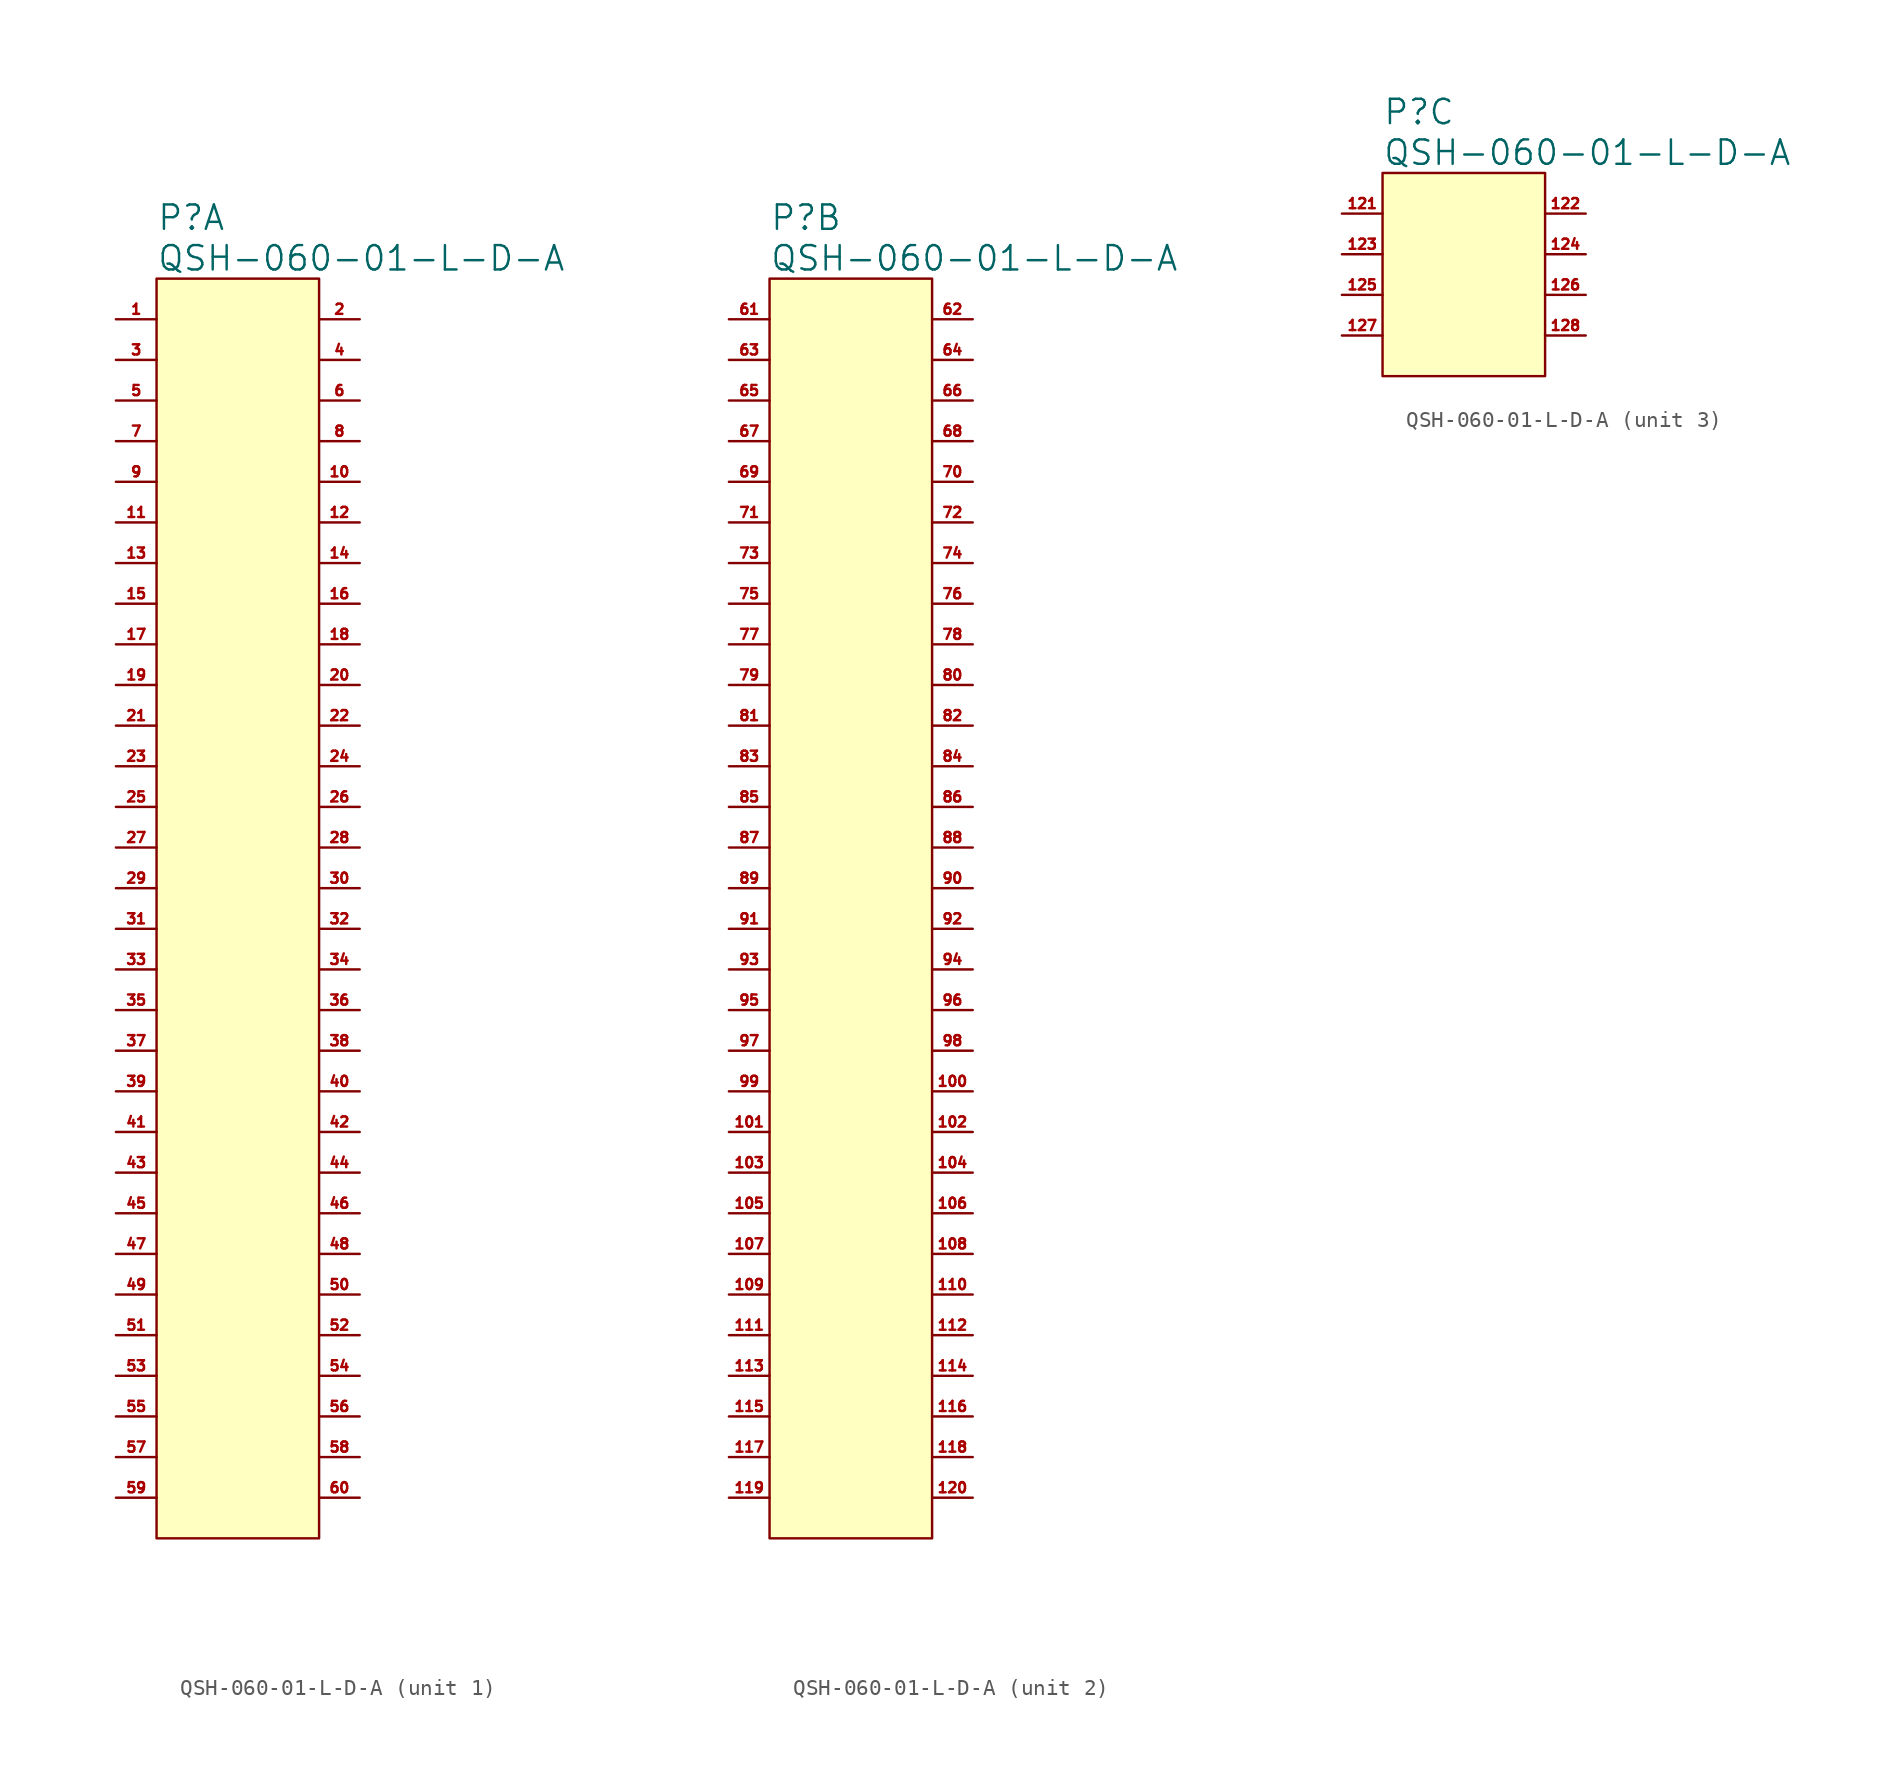
<source format=kicad_sym>
(kicad_symbol_lib
  (version 20211014)
  (generator kicad_symbol_editor)
  (symbol "QSH-060-01-L-D-A"
    (pin_names
      (offset 1.016) hide)
    (property "Reference" "P"
      (at 0 3.81 0)
      (effects (font (size 1.524 1.524)) (justify left)))
    (property "Value" "QSH-060-01-L-D-A"
      (at 0 1.27 0)
      (effects (font (size 1.524 1.524)) (justify left)))
    (property "ki_locked" ""
      (at 0 0 0)
      (effects (font (size 1.27 1.27))))
    (symbol "QSH-060-01-L-D-A_1_1"
      (rectangle (start 0 0) (end 10.16 -78.74) (stroke (width 0) (type default) (color 0 0 0 0)) (fill (type background)))
      (pin passive line (at -2.54 -2.54 0) (length 2.54) (name "1" (effects (font (size 1.27 1.27)))) (number "1" (effects (font (size 0.635 0.635)))))
      (pin passive line (at 12.7 -12.7 180) (length 2.54) (name "10" (effects (font (size 1.27 1.27)))) (number "10" (effects (font (size 0.635 0.635)))))
      (pin passive line (at -2.54 -15.24 0) (length 2.54) (name "11" (effects (font (size 1.27 1.27)))) (number "11" (effects (font (size 0.635 0.635)))))
      (pin passive line (at 12.7 -15.24 180) (length 2.54) (name "12" (effects (font (size 1.27 1.27)))) (number "12" (effects (font (size 0.635 0.635)))))
      (pin passive line (at -2.54 -17.78 0) (length 2.54) (name "13" (effects (font (size 1.27 1.27)))) (number "13" (effects (font (size 0.635 0.635)))))
      (pin passive line (at 12.7 -17.78 180) (length 2.54) (name "14" (effects (font (size 1.27 1.27)))) (number "14" (effects (font (size 0.635 0.635)))))
      (pin passive line (at -2.54 -20.32 0) (length 2.54) (name "15" (effects (font (size 1.27 1.27)))) (number "15" (effects (font (size 0.635 0.635)))))
      (pin passive line (at 12.7 -20.32 180) (length 2.54) (name "16" (effects (font (size 1.27 1.27)))) (number "16" (effects (font (size 0.635 0.635)))))
      (pin passive line (at -2.54 -22.86 0) (length 2.54) (name "17" (effects (font (size 1.27 1.27)))) (number "17" (effects (font (size 0.635 0.635)))))
      (pin passive line (at 12.7 -22.86 180) (length 2.54) (name "18" (effects (font (size 1.27 1.27)))) (number "18" (effects (font (size 0.635 0.635)))))
      (pin passive line (at -2.54 -25.4 0) (length 2.54) (name "19" (effects (font (size 1.27 1.27)))) (number "19" (effects (font (size 0.635 0.635)))))
      (pin passive line (at 12.7 -2.54 180) (length 2.54) (name "2" (effects (font (size 1.27 1.27)))) (number "2" (effects (font (size 0.635 0.635)))))
      (pin passive line (at 12.7 -25.4 180) (length 2.54) (name "20" (effects (font (size 1.27 1.27)))) (number "20" (effects (font (size 0.635 0.635)))))
      (pin passive line (at -2.54 -27.94 0) (length 2.54) (name "21" (effects (font (size 1.27 1.27)))) (number "21" (effects (font (size 0.635 0.635)))))
      (pin passive line (at 12.7 -27.94 180) (length 2.54) (name "22" (effects (font (size 1.27 1.27)))) (number "22" (effects (font (size 0.635 0.635)))))
      (pin passive line (at -2.54 -30.48 0) (length 2.54) (name "23" (effects (font (size 1.27 1.27)))) (number "23" (effects (font (size 0.635 0.635)))))
      (pin passive line (at 12.7 -30.48 180) (length 2.54) (name "24" (effects (font (size 1.27 1.27)))) (number "24" (effects (font (size 0.635 0.635)))))
      (pin passive line (at -2.54 -33.02 0) (length 2.54) (name "25" (effects (font (size 1.27 1.27)))) (number "25" (effects (font (size 0.635 0.635)))))
      (pin passive line (at 12.7 -33.02 180) (length 2.54) (name "26" (effects (font (size 1.27 1.27)))) (number "26" (effects (font (size 0.635 0.635)))))
      (pin passive line (at -2.54 -35.56 0) (length 2.54) (name "27" (effects (font (size 1.27 1.27)))) (number "27" (effects (font (size 0.635 0.635)))))
      (pin passive line (at 12.7 -35.56 180) (length 2.54) (name "28" (effects (font (size 1.27 1.27)))) (number "28" (effects (font (size 0.635 0.635)))))
      (pin passive line (at -2.54 -38.1 0) (length 2.54) (name "29" (effects (font (size 1.27 1.27)))) (number "29" (effects (font (size 0.635 0.635)))))
      (pin passive line (at -2.54 -5.08 0) (length 2.54) (name "3" (effects (font (size 1.27 1.27)))) (number "3" (effects (font (size 0.635 0.635)))))
      (pin passive line (at 12.7 -38.1 180) (length 2.54) (name "30" (effects (font (size 1.27 1.27)))) (number "30" (effects (font (size 0.635 0.635)))))
      (pin passive line (at -2.54 -40.64 0) (length 2.54) (name "31" (effects (font (size 1.27 1.27)))) (number "31" (effects (font (size 0.635 0.635)))))
      (pin passive line (at 12.7 -40.64 180) (length 2.54) (name "32" (effects (font (size 1.27 1.27)))) (number "32" (effects (font (size 0.635 0.635)))))
      (pin passive line (at -2.54 -43.18 0) (length 2.54) (name "33" (effects (font (size 1.27 1.27)))) (number "33" (effects (font (size 0.635 0.635)))))
      (pin passive line (at 12.7 -43.18 180) (length 2.54) (name "34" (effects (font (size 1.27 1.27)))) (number "34" (effects (font (size 0.635 0.635)))))
      (pin passive line (at -2.54 -45.72 0) (length 2.54) (name "35" (effects (font (size 1.27 1.27)))) (number "35" (effects (font (size 0.635 0.635)))))
      (pin passive line (at 12.7 -45.72 180) (length 2.54) (name "36" (effects (font (size 1.27 1.27)))) (number "36" (effects (font (size 0.635 0.635)))))
      (pin passive line (at -2.54 -48.26 0) (length 2.54) (name "37" (effects (font (size 1.27 1.27)))) (number "37" (effects (font (size 0.635 0.635)))))
      (pin passive line (at 12.7 -48.26 180) (length 2.54) (name "38" (effects (font (size 1.27 1.27)))) (number "38" (effects (font (size 0.635 0.635)))))
      (pin passive line (at -2.54 -50.8 0) (length 2.54) (name "39" (effects (font (size 1.27 1.27)))) (number "39" (effects (font (size 0.635 0.635)))))
      (pin passive line (at 12.7 -5.08 180) (length 2.54) (name "4" (effects (font (size 1.27 1.27)))) (number "4" (effects (font (size 0.635 0.635)))))
      (pin passive line (at 12.7 -50.8 180) (length 2.54) (name "40" (effects (font (size 1.27 1.27)))) (number "40" (effects (font (size 0.635 0.635)))))
      (pin passive line (at -2.54 -53.34 0) (length 2.54) (name "41" (effects (font (size 1.27 1.27)))) (number "41" (effects (font (size 0.635 0.635)))))
      (pin passive line (at 12.7 -53.34 180) (length 2.54) (name "42" (effects (font (size 1.27 1.27)))) (number "42" (effects (font (size 0.635 0.635)))))
      (pin passive line (at -2.54 -55.88 0) (length 2.54) (name "43" (effects (font (size 1.27 1.27)))) (number "43" (effects (font (size 0.635 0.635)))))
      (pin passive line (at 12.7 -55.88 180) (length 2.54) (name "44" (effects (font (size 1.27 1.27)))) (number "44" (effects (font (size 0.635 0.635)))))
      (pin passive line (at -2.54 -58.42 0) (length 2.54) (name "45" (effects (font (size 1.27 1.27)))) (number "45" (effects (font (size 0.635 0.635)))))
      (pin passive line (at 12.7 -58.42 180) (length 2.54) (name "46" (effects (font (size 1.27 1.27)))) (number "46" (effects (font (size 0.635 0.635)))))
      (pin passive line (at -2.54 -60.96 0) (length 2.54) (name "47" (effects (font (size 1.27 1.27)))) (number "47" (effects (font (size 0.635 0.635)))))
      (pin passive line (at 12.7 -60.96 180) (length 2.54) (name "48" (effects (font (size 1.27 1.27)))) (number "48" (effects (font (size 0.635 0.635)))))
      (pin passive line (at -2.54 -63.5 0) (length 2.54) (name "49" (effects (font (size 1.27 1.27)))) (number "49" (effects (font (size 0.635 0.635)))))
      (pin passive line (at -2.54 -7.62 0) (length 2.54) (name "5" (effects (font (size 1.27 1.27)))) (number "5" (effects (font (size 0.635 0.635)))))
      (pin passive line (at 12.7 -63.5 180) (length 2.54) (name "50" (effects (font (size 1.27 1.27)))) (number "50" (effects (font (size 0.635 0.635)))))
      (pin passive line (at -2.54 -66.04 0) (length 2.54) (name "51" (effects (font (size 1.27 1.27)))) (number "51" (effects (font (size 0.635 0.635)))))
      (pin passive line (at 12.7 -66.04 180) (length 2.54) (name "52" (effects (font (size 1.27 1.27)))) (number "52" (effects (font (size 0.635 0.635)))))
      (pin passive line (at -2.54 -68.58 0) (length 2.54) (name "53" (effects (font (size 1.27 1.27)))) (number "53" (effects (font (size 0.635 0.635)))))
      (pin passive line (at 12.7 -68.58 180) (length 2.54) (name "54" (effects (font (size 1.27 1.27)))) (number "54" (effects (font (size 0.635 0.635)))))
      (pin passive line (at -2.54 -71.12 0) (length 2.54) (name "55" (effects (font (size 1.27 1.27)))) (number "55" (effects (font (size 0.635 0.635)))))
      (pin passive line (at 12.7 -71.12 180) (length 2.54) (name "56" (effects (font (size 1.27 1.27)))) (number "56" (effects (font (size 0.635 0.635)))))
      (pin passive line (at -2.54 -73.66 0) (length 2.54) (name "57" (effects (font (size 1.27 1.27)))) (number "57" (effects (font (size 0.635 0.635)))))
      (pin passive line (at 12.7 -73.66 180) (length 2.54) (name "58" (effects (font (size 1.27 1.27)))) (number "58" (effects (font (size 0.635 0.635)))))
      (pin passive line (at -2.54 -76.2 0) (length 2.54) (name "59" (effects (font (size 1.27 1.27)))) (number "59" (effects (font (size 0.635 0.635)))))
      (pin passive line (at 12.7 -7.62 180) (length 2.54) (name "6" (effects (font (size 1.27 1.27)))) (number "6" (effects (font (size 0.635 0.635)))))
      (pin passive line (at 12.7 -76.2 180) (length 2.54) (name "60" (effects (font (size 1.27 1.27)))) (number "60" (effects (font (size 0.635 0.635)))))
      (pin passive line (at -2.54 -10.16 0) (length 2.54) (name "7" (effects (font (size 1.27 1.27)))) (number "7" (effects (font (size 0.635 0.635)))))
      (pin passive line (at 12.7 -10.16 180) (length 2.54) (name "8" (effects (font (size 1.27 1.27)))) (number "8" (effects (font (size 0.635 0.635)))))
      (pin passive line (at -2.54 -12.7 0) (length 2.54) (name "9" (effects (font (size 1.27 1.27)))) (number "9" (effects (font (size 0.635 0.635))))))
    (symbol "QSH-060-01-L-D-A_2_1"
      (rectangle (start 0 -78.74) (end 10.16 0) (stroke (width 0) (type default) (color 0 0 0 0)) (fill (type background)))
      (pin passive line (at 12.7 -50.8 180) (length 2.54) (name "100" (effects (font (size 1.27 1.27)))) (number "100" (effects (font (size 0.635 0.635)))))
      (pin passive line (at -2.54 -53.34 0) (length 2.54) (name "101" (effects (font (size 1.27 1.27)))) (number "101" (effects (font (size 0.635 0.635)))))
      (pin passive line (at 12.7 -53.34 180) (length 2.54) (name "102" (effects (font (size 1.27 1.27)))) (number "102" (effects (font (size 0.635 0.635)))))
      (pin passive line (at -2.54 -55.88 0) (length 2.54) (name "103" (effects (font (size 1.27 1.27)))) (number "103" (effects (font (size 0.635 0.635)))))
      (pin passive line (at 12.7 -55.88 180) (length 2.54) (name "104" (effects (font (size 1.27 1.27)))) (number "104" (effects (font (size 0.635 0.635)))))
      (pin passive line (at -2.54 -58.42 0) (length 2.54) (name "105" (effects (font (size 1.27 1.27)))) (number "105" (effects (font (size 0.635 0.635)))))
      (pin passive line (at 12.7 -58.42 180) (length 2.54) (name "106" (effects (font (size 1.27 1.27)))) (number "106" (effects (font (size 0.635 0.635)))))
      (pin passive line (at -2.54 -60.96 0) (length 2.54) (name "107" (effects (font (size 1.27 1.27)))) (number "107" (effects (font (size 0.635 0.635)))))
      (pin passive line (at 12.7 -60.96 180) (length 2.54) (name "108" (effects (font (size 1.27 1.27)))) (number "108" (effects (font (size 0.635 0.635)))))
      (pin passive line (at -2.54 -63.5 0) (length 2.54) (name "109" (effects (font (size 1.27 1.27)))) (number "109" (effects (font (size 0.635 0.635)))))
      (pin passive line (at 12.7 -63.5 180) (length 2.54) (name "110" (effects (font (size 1.27 1.27)))) (number "110" (effects (font (size 0.635 0.635)))))
      (pin passive line (at -2.54 -66.04 0) (length 2.54) (name "111" (effects (font (size 1.27 1.27)))) (number "111" (effects (font (size 0.635 0.635)))))
      (pin passive line (at 12.7 -66.04 180) (length 2.54) (name "112" (effects (font (size 1.27 1.27)))) (number "112" (effects (font (size 0.635 0.635)))))
      (pin passive line (at -2.54 -68.58 0) (length 2.54) (name "113" (effects (font (size 1.27 1.27)))) (number "113" (effects (font (size 0.635 0.635)))))
      (pin passive line (at 12.7 -68.58 180) (length 2.54) (name "114" (effects (font (size 1.27 1.27)))) (number "114" (effects (font (size 0.635 0.635)))))
      (pin passive line (at -2.54 -71.12 0) (length 2.54) (name "115" (effects (font (size 1.27 1.27)))) (number "115" (effects (font (size 0.635 0.635)))))
      (pin passive line (at 12.7 -71.12 180) (length 2.54) (name "116" (effects (font (size 1.27 1.27)))) (number "116" (effects (font (size 0.635 0.635)))))
      (pin passive line (at -2.54 -73.66 0) (length 2.54) (name "117" (effects (font (size 1.27 1.27)))) (number "117" (effects (font (size 0.635 0.635)))))
      (pin passive line (at 12.7 -73.66 180) (length 2.54) (name "118" (effects (font (size 1.27 1.27)))) (number "118" (effects (font (size 0.635 0.635)))))
      (pin passive line (at -2.54 -76.2 0) (length 2.54) (name "119" (effects (font (size 1.27 1.27)))) (number "119" (effects (font (size 0.635 0.635)))))
      (pin passive line (at 12.7 -76.2 180) (length 2.54) (name "120" (effects (font (size 1.27 1.27)))) (number "120" (effects (font (size 0.635 0.635)))))
      (pin passive line (at -2.54 -2.54 0) (length 2.54) (name "61" (effects (font (size 1.27 1.27)))) (number "61" (effects (font (size 0.635 0.635)))))
      (pin passive line (at 12.7 -2.54 180) (length 2.54) (name "62" (effects (font (size 1.27 1.27)))) (number "62" (effects (font (size 0.635 0.635)))))
      (pin passive line (at -2.54 -5.08 0) (length 2.54) (name "63" (effects (font (size 1.27 1.27)))) (number "63" (effects (font (size 0.635 0.635)))))
      (pin passive line (at 12.7 -5.08 180) (length 2.54) (name "64" (effects (font (size 1.27 1.27)))) (number "64" (effects (font (size 0.635 0.635)))))
      (pin passive line (at -2.54 -7.62 0) (length 2.54) (name "65" (effects (font (size 1.27 1.27)))) (number "65" (effects (font (size 0.635 0.635)))))
      (pin passive line (at 12.7 -7.62 180) (length 2.54) (name "66" (effects (font (size 1.27 1.27)))) (number "66" (effects (font (size 0.635 0.635)))))
      (pin passive line (at -2.54 -10.16 0) (length 2.54) (name "67" (effects (font (size 1.27 1.27)))) (number "67" (effects (font (size 0.635 0.635)))))
      (pin passive line (at 12.7 -10.16 180) (length 2.54) (name "68" (effects (font (size 1.27 1.27)))) (number "68" (effects (font (size 0.635 0.635)))))
      (pin passive line (at -2.54 -12.7 0) (length 2.54) (name "69" (effects (font (size 1.27 1.27)))) (number "69" (effects (font (size 0.635 0.635)))))
      (pin passive line (at 12.7 -12.7 180) (length 2.54) (name "70" (effects (font (size 1.27 1.27)))) (number "70" (effects (font (size 0.635 0.635)))))
      (pin passive line (at -2.54 -15.24 0) (length 2.54) (name "71" (effects (font (size 1.27 1.27)))) (number "71" (effects (font (size 0.635 0.635)))))
      (pin passive line (at 12.7 -15.24 180) (length 2.54) (name "72" (effects (font (size 1.27 1.27)))) (number "72" (effects (font (size 0.635 0.635)))))
      (pin passive line (at -2.54 -17.78 0) (length 2.54) (name "73" (effects (font (size 1.27 1.27)))) (number "73" (effects (font (size 0.635 0.635)))))
      (pin passive line (at 12.7 -17.78 180) (length 2.54) (name "74" (effects (font (size 1.27 1.27)))) (number "74" (effects (font (size 0.635 0.635)))))
      (pin passive line (at -2.54 -20.32 0) (length 2.54) (name "75" (effects (font (size 1.27 1.27)))) (number "75" (effects (font (size 0.635 0.635)))))
      (pin passive line (at 12.7 -20.32 180) (length 2.54) (name "76" (effects (font (size 1.27 1.27)))) (number "76" (effects (font (size 0.635 0.635)))))
      (pin passive line (at -2.54 -22.86 0) (length 2.54) (name "77" (effects (font (size 1.27 1.27)))) (number "77" (effects (font (size 0.635 0.635)))))
      (pin passive line (at 12.7 -22.86 180) (length 2.54) (name "78" (effects (font (size 1.27 1.27)))) (number "78" (effects (font (size 0.635 0.635)))))
      (pin passive line (at -2.54 -25.4 0) (length 2.54) (name "79" (effects (font (size 1.27 1.27)))) (number "79" (effects (font (size 0.635 0.635)))))
      (pin passive line (at 12.7 -25.4 180) (length 2.54) (name "80" (effects (font (size 1.27 1.27)))) (number "80" (effects (font (size 0.635 0.635)))))
      (pin passive line (at -2.54 -27.94 0) (length 2.54) (name "81" (effects (font (size 1.27 1.27)))) (number "81" (effects (font (size 0.635 0.635)))))
      (pin passive line (at 12.7 -27.94 180) (length 2.54) (name "82" (effects (font (size 1.27 1.27)))) (number "82" (effects (font (size 0.635 0.635)))))
      (pin passive line (at -2.54 -30.48 0) (length 2.54) (name "83" (effects (font (size 1.27 1.27)))) (number "83" (effects (font (size 0.635 0.635)))))
      (pin passive line (at 12.7 -30.48 180) (length 2.54) (name "84" (effects (font (size 1.27 1.27)))) (number "84" (effects (font (size 0.635 0.635)))))
      (pin passive line (at -2.54 -33.02 0) (length 2.54) (name "85" (effects (font (size 1.27 1.27)))) (number "85" (effects (font (size 0.635 0.635)))))
      (pin passive line (at 12.7 -33.02 180) (length 2.54) (name "86" (effects (font (size 1.27 1.27)))) (number "86" (effects (font (size 0.635 0.635)))))
      (pin passive line (at -2.54 -35.56 0) (length 2.54) (name "87" (effects (font (size 1.27 1.27)))) (number "87" (effects (font (size 0.635 0.635)))))
      (pin passive line (at 12.7 -35.56 180) (length 2.54) (name "88" (effects (font (size 1.27 1.27)))) (number "88" (effects (font (size 0.635 0.635)))))
      (pin passive line (at -2.54 -38.1 0) (length 2.54) (name "89" (effects (font (size 1.27 1.27)))) (number "89" (effects (font (size 0.635 0.635)))))
      (pin passive line (at 12.7 -38.1 180) (length 2.54) (name "90" (effects (font (size 1.27 1.27)))) (number "90" (effects (font (size 0.635 0.635)))))
      (pin passive line (at -2.54 -40.64 0) (length 2.54) (name "91" (effects (font (size 1.27 1.27)))) (number "91" (effects (font (size 0.635 0.635)))))
      (pin passive line (at 12.7 -40.64 180) (length 2.54) (name "92" (effects (font (size 1.27 1.27)))) (number "92" (effects (font (size 0.635 0.635)))))
      (pin passive line (at -2.54 -43.18 0) (length 2.54) (name "93" (effects (font (size 1.27 1.27)))) (number "93" (effects (font (size 0.635 0.635)))))
      (pin passive line (at 12.7 -43.18 180) (length 2.54) (name "94" (effects (font (size 1.27 1.27)))) (number "94" (effects (font (size 0.635 0.635)))))
      (pin passive line (at -2.54 -45.72 0) (length 2.54) (name "95" (effects (font (size 1.27 1.27)))) (number "95" (effects (font (size 0.635 0.635)))))
      (pin passive line (at 12.7 -45.72 180) (length 2.54) (name "96" (effects (font (size 1.27 1.27)))) (number "96" (effects (font (size 0.635 0.635)))))
      (pin passive line (at -2.54 -48.26 0) (length 2.54) (name "97" (effects (font (size 1.27 1.27)))) (number "97" (effects (font (size 0.635 0.635)))))
      (pin passive line (at 12.7 -48.26 180) (length 2.54) (name "98" (effects (font (size 1.27 1.27)))) (number "98" (effects (font (size 0.635 0.635)))))
      (pin passive line (at -2.54 -50.8 0) (length 2.54) (name "99" (effects (font (size 1.27 1.27)))) (number "99" (effects (font (size 0.635 0.635))))))
    (symbol "QSH-060-01-L-D-A_3_1"
      (rectangle (start 0 0) (end 10.16 -12.7) (stroke (width 0) (type default) (color 0 0 0 0)) (fill (type background)))
      (pin passive line (at -2.54 -2.54 0) (length 2.54) (name "121" (effects (font (size 1.27 1.27)))) (number "121" (effects (font (size 0.635 0.635)))))
      (pin passive line (at 12.7 -2.54 180) (length 2.54) (name "122" (effects (font (size 1.27 1.27)))) (number "122" (effects (font (size 0.635 0.635)))))
      (pin passive line (at -2.54 -5.08 0) (length 2.54) (name "123" (effects (font (size 1.27 1.27)))) (number "123" (effects (font (size 0.635 0.635)))))
      (pin passive line (at 12.7 -5.08 180) (length 2.54) (name "124" (effects (font (size 1.27 1.27)))) (number "124" (effects (font (size 0.635 0.635)))))
      (pin passive line (at -2.54 -7.62 0) (length 2.54) (name "125" (effects (font (size 1.27 1.27)))) (number "125" (effects (font (size 0.635 0.635)))))
      (pin passive line (at 12.7 -7.62 180) (length 2.54) (name "126" (effects (font (size 1.27 1.27)))) (number "126" (effects (font (size 0.635 0.635)))))
      (pin passive line (at -2.54 -10.16 0) (length 2.54) (name "127" (effects (font (size 1.27 1.27)))) (number "127" (effects (font (size 0.635 0.635)))))
      (pin passive line (at 12.7 -10.16 180) (length 2.54) (name "128" (effects (font (size 1.27 1.27)))) (number "128" (effects (font (size 0.635 0.635))))))))
</source>
